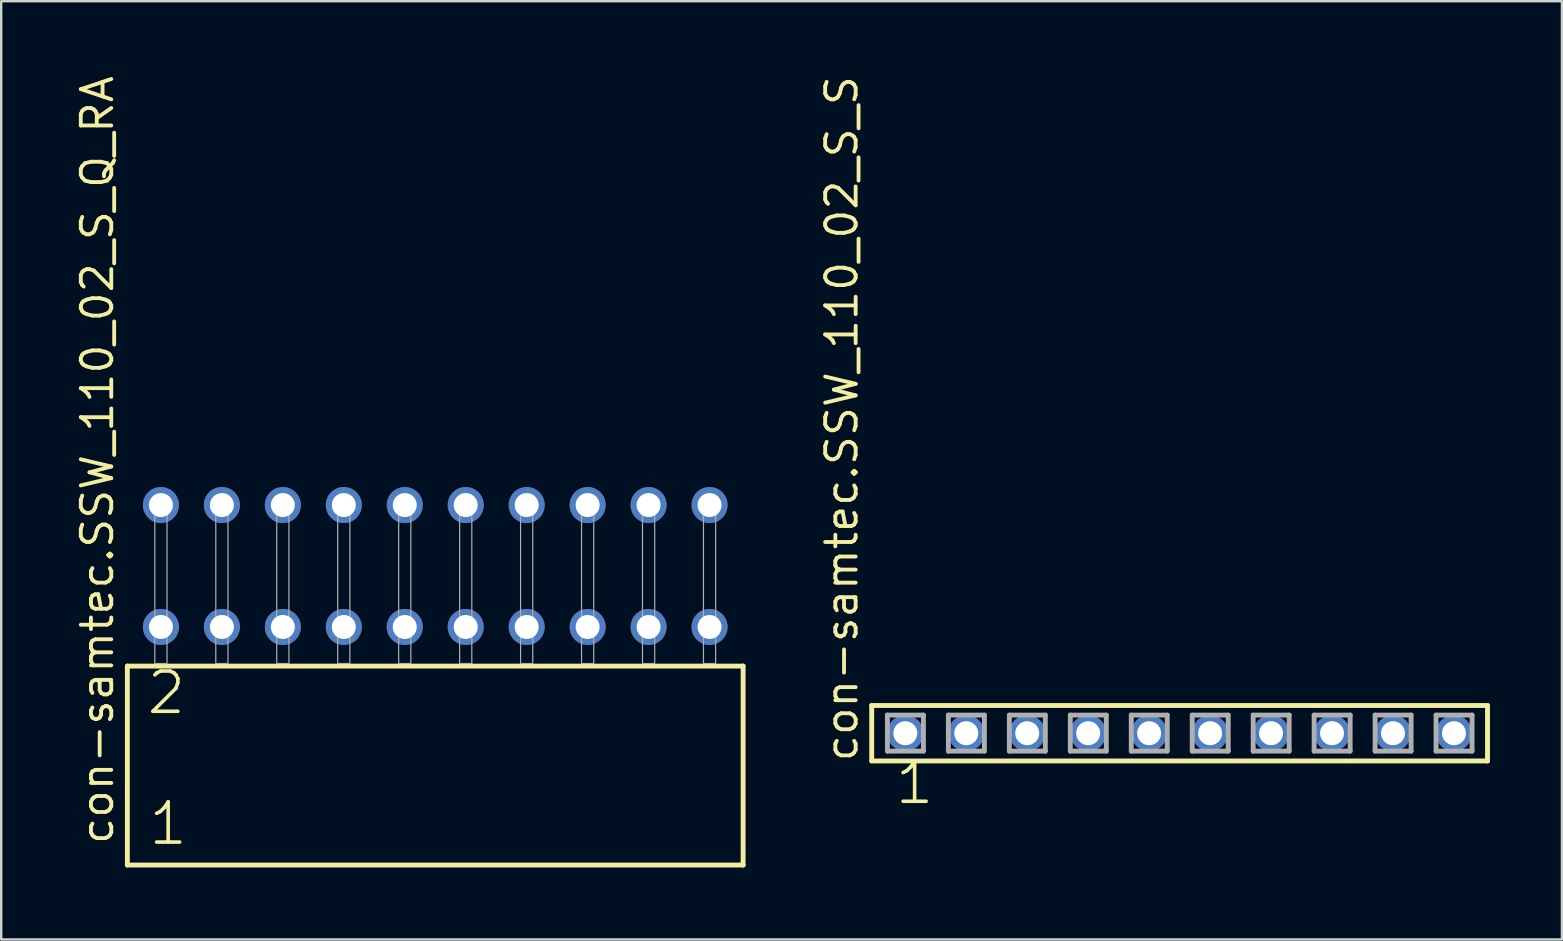
<source format=kicad_pcb>
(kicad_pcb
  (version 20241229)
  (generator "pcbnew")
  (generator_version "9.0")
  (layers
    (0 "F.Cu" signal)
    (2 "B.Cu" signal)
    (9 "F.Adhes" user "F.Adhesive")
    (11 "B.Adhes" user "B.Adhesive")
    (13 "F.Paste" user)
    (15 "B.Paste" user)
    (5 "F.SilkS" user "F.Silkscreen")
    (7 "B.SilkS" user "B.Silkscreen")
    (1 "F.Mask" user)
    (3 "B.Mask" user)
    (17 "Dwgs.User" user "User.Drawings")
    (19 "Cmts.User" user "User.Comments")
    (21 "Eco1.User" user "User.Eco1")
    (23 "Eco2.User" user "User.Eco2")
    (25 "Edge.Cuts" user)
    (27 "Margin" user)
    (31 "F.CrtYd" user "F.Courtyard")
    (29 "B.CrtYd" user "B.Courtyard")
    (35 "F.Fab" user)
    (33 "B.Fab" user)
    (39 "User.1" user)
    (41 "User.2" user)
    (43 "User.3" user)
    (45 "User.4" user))
  (footprint "con-samtec.SSW_110_02_S_Q_RA"
    (layer "F.Cu")
    (at 15.085 24.598)
    (property "Reference" "con-samtec.SSW_110_02_S_Q_RA" (at -13.335 7.62 90) (layer "F.SilkS") (effects (font (size 1.27 1.27) (thickness 0.16)) (justify left bottom)))
    (attr through_hole)
    (fp_line (start -12.829 0.106) (end -12.829 8.396) (stroke (width 0.203) (type default)) (layer "F.SilkS"))
    (fp_line (start -12.829 8.396) (end 12.829 8.396) (stroke (width 0.203) (type default)) (layer "F.SilkS"))
    (fp_line (start 12.829 0.106) (end -12.829 0.106) (stroke (width 0.203) (type default)) (layer "F.SilkS"))
    (fp_line (start 12.829 8.396) (end 12.829 0.106) (stroke (width 0.203) (type default)) (layer "F.SilkS"))
    (fp_rect (start -11.684 0) (end -11.176 -6.858) (stroke (width 0.05) (type default)) (fill no) (layer "F.Fab"))
    (fp_rect (start -9.144 0) (end -8.636 -6.858) (stroke (width 0.05) (type default)) (fill no) (layer "F.Fab"))
    (fp_rect (start -6.604 0) (end -6.096 -6.858) (stroke (width 0.05) (type default)) (fill no) (layer "F.Fab"))
    (fp_rect (start -4.064 0) (end -3.556 -6.858) (stroke (width 0.05) (type default)) (fill no) (layer "F.Fab"))
    (fp_rect (start -1.524 0) (end -1.016 -6.858) (stroke (width 0.05) (type default)) (fill no) (layer "F.Fab"))
    (fp_rect (start 1.016 0) (end 1.524 -6.858) (stroke (width 0.05) (type default)) (fill no) (layer "F.Fab"))
    (fp_rect (start 3.556 0) (end 4.064 -6.858) (stroke (width 0.05) (type default)) (fill no) (layer "F.Fab"))
    (fp_rect (start 6.096 0) (end 6.604 -6.858) (stroke (width 0.05) (type default)) (fill no) (layer "F.Fab"))
    (fp_rect (start 8.636 0) (end 9.144 -6.858) (stroke (width 0.05) (type default)) (fill no) (layer "F.Fab"))
    (fp_rect (start 11.176 0) (end 11.684 -6.858) (stroke (width 0.05) (type default)) (fill no) (layer "F.Fab"))
    (fp_text user "1" (at -12.025 7.65 0) (layer "F.SilkS") (effects (font (size 1.676 1.676) (thickness 0.15)) (justify left bottom)))
    (fp_text user "2" (at -12.1 2.2 0) (layer "F.SilkS") (effects (font (size 1.676 1.676) (thickness 0.15)) (justify left bottom)))
    (pad "1" thru_hole circle (at -11.43 -1.524) (size 1.5 1.5) (drill 1) (layers "*.Cu" "*.Mask"))
    (pad "2" thru_hole circle (at -11.43 -6.604) (size 1.5 1.5) (drill 1) (layers "*.Cu" "*.Mask"))
    (pad "3" thru_hole circle (at -8.89 -1.524) (size 1.5 1.5) (drill 1) (layers "*.Cu" "*.Mask"))
    (pad "4" thru_hole circle (at -8.89 -6.604) (size 1.5 1.5) (drill 1) (layers "*.Cu" "*.Mask"))
    (pad "5" thru_hole circle (at -6.35 -1.524) (size 1.5 1.5) (drill 1) (layers "*.Cu" "*.Mask"))
    (pad "6" thru_hole circle (at -6.35 -6.604) (size 1.5 1.5) (drill 1) (layers "*.Cu" "*.Mask"))
    (pad "7" thru_hole circle (at -3.81 -1.524) (size 1.5 1.5) (drill 1) (layers "*.Cu" "*.Mask"))
    (pad "8" thru_hole circle (at -3.81 -6.604) (size 1.5 1.5) (drill 1) (layers "*.Cu" "*.Mask"))
    (pad "9" thru_hole circle (at -1.27 -1.524) (size 1.5 1.5) (drill 1) (layers "*.Cu" "*.Mask"))
    (pad "10" thru_hole circle (at -1.27 -6.604) (size 1.5 1.5) (drill 1) (layers "*.Cu" "*.Mask"))
    (pad "11" thru_hole circle (at 1.27 -1.524) (size 1.5 1.5) (drill 1) (layers "*.Cu" "*.Mask"))
    (pad "12" thru_hole circle (at 1.27 -6.604) (size 1.5 1.5) (drill 1) (layers "*.Cu" "*.Mask"))
    (pad "13" thru_hole circle (at 3.81 -1.524) (size 1.5 1.5) (drill 1) (layers "*.Cu" "*.Mask"))
    (pad "14" thru_hole circle (at 3.81 -6.604) (size 1.5 1.5) (drill 1) (layers "*.Cu" "*.Mask"))
    (pad "15" thru_hole circle (at 6.35 -1.524) (size 1.5 1.5) (drill 1) (layers "*.Cu" "*.Mask"))
    (pad "16" thru_hole circle (at 6.35 -6.604) (size 1.5 1.5) (drill 1) (layers "*.Cu" "*.Mask"))
    (pad "17" thru_hole circle (at 8.89 -1.524) (size 1.5 1.5) (drill 1) (layers "*.Cu" "*.Mask"))
    (pad "18" thru_hole circle (at 8.89 -6.604) (size 1.5 1.5) (drill 1) (layers "*.Cu" "*.Mask"))
    (pad "19" thru_hole circle (at 11.43 -1.524) (size 1.5 1.5) (drill 1) (layers "*.Cu" "*.Mask"))
    (pad "20" thru_hole circle (at 11.43 -6.604) (size 1.5 1.5) (drill 1) (layers "*.Cu" "*.Mask")))
  (footprint "con-samtec.SSW_110_02_S_S"
    (layer "F.Cu")
    (at 46.101 27.501)
    (property "Reference" "con-samtec.SSW_110_02_S_S" (at -13.335 1.27 90) (layer "F.SilkS") (effects (font (size 1.27 1.27) (thickness 0.16)) (justify left bottom)))
    (attr through_hole)
    (fp_line (start -12.829 -1.155) (end 12.829 -1.155) (stroke (width 0.203) (type default)) (layer "F.SilkS"))
    (fp_line (start -12.829 1.155) (end -12.829 -1.155) (stroke (width 0.203) (type default)) (layer "F.SilkS"))
    (fp_line (start 12.829 -1.155) (end 12.829 1.155) (stroke (width 0.203) (type default)) (layer "F.SilkS"))
    (fp_line (start 12.829 1.155) (end -12.829 1.155) (stroke (width 0.203) (type default)) (layer "F.SilkS"))
    (fp_line (start -12.175 -0.755) (end -10.675 -0.755) (stroke (width 0.203) (type default)) (layer "F.Fab"))
    (fp_line (start -12.175 0.745) (end -12.175 -0.755) (stroke (width 0.203) (type default)) (layer "F.Fab"))
    (fp_line (start -10.675 -0.755) (end -10.675 0.745) (stroke (width 0.203) (type default)) (layer "F.Fab"))
    (fp_line (start -10.675 0.745) (end -12.175 0.745) (stroke (width 0.203) (type default)) (layer "F.Fab"))
    (fp_line (start -9.635 -0.755) (end -8.135 -0.755) (stroke (width 0.203) (type default)) (layer "F.Fab"))
    (fp_line (start -9.635 0.745) (end -9.635 -0.755) (stroke (width 0.203) (type default)) (layer "F.Fab"))
    (fp_line (start -8.135 -0.755) (end -8.135 0.745) (stroke (width 0.203) (type default)) (layer "F.Fab"))
    (fp_line (start -8.135 0.745) (end -9.635 0.745) (stroke (width 0.203) (type default)) (layer "F.Fab"))
    (fp_line (start -7.095 -0.755) (end -5.595 -0.755) (stroke (width 0.203) (type default)) (layer "F.Fab"))
    (fp_line (start -7.095 0.745) (end -7.095 -0.755) (stroke (width 0.203) (type default)) (layer "F.Fab"))
    (fp_line (start -5.595 -0.755) (end -5.595 0.745) (stroke (width 0.203) (type default)) (layer "F.Fab"))
    (fp_line (start -5.595 0.745) (end -7.095 0.745) (stroke (width 0.203) (type default)) (layer "F.Fab"))
    (fp_line (start -4.555 -0.755) (end -3.055 -0.755) (stroke (width 0.203) (type default)) (layer "F.Fab"))
    (fp_line (start -4.555 0.745) (end -4.555 -0.755) (stroke (width 0.203) (type default)) (layer "F.Fab"))
    (fp_line (start -3.055 -0.755) (end -3.055 0.745) (stroke (width 0.203) (type default)) (layer "F.Fab"))
    (fp_line (start -3.055 0.745) (end -4.555 0.745) (stroke (width 0.203) (type default)) (layer "F.Fab"))
    (fp_line (start -2.015 -0.755) (end -0.515 -0.755) (stroke (width 0.203) (type default)) (layer "F.Fab"))
    (fp_line (start -2.015 0.745) (end -2.015 -0.755) (stroke (width 0.203) (type default)) (layer "F.Fab"))
    (fp_line (start -0.515 -0.755) (end -0.515 0.745) (stroke (width 0.203) (type default)) (layer "F.Fab"))
    (fp_line (start -0.515 0.745) (end -2.015 0.745) (stroke (width 0.203) (type default)) (layer "F.Fab"))
    (fp_line (start 0.525 -0.755) (end 2.025 -0.755) (stroke (width 0.203) (type default)) (layer "F.Fab"))
    (fp_line (start 0.525 0.745) (end 0.525 -0.755) (stroke (width 0.203) (type default)) (layer "F.Fab"))
    (fp_line (start 2.025 -0.755) (end 2.025 0.745) (stroke (width 0.203) (type default)) (layer "F.Fab"))
    (fp_line (start 2.025 0.745) (end 0.525 0.745) (stroke (width 0.203) (type default)) (layer "F.Fab"))
    (fp_line (start 3.065 -0.755) (end 4.565 -0.755) (stroke (width 0.203) (type default)) (layer "F.Fab"))
    (fp_line (start 3.065 0.745) (end 3.065 -0.755) (stroke (width 0.203) (type default)) (layer "F.Fab"))
    (fp_line (start 4.565 -0.755) (end 4.565 0.745) (stroke (width 0.203) (type default)) (layer "F.Fab"))
    (fp_line (start 4.565 0.745) (end 3.065 0.745) (stroke (width 0.203) (type default)) (layer "F.Fab"))
    (fp_line (start 5.605 -0.755) (end 7.105 -0.755) (stroke (width 0.203) (type default)) (layer "F.Fab"))
    (fp_line (start 5.605 0.745) (end 5.605 -0.755) (stroke (width 0.203) (type default)) (layer "F.Fab"))
    (fp_line (start 7.105 -0.755) (end 7.105 0.745) (stroke (width 0.203) (type default)) (layer "F.Fab"))
    (fp_line (start 7.105 0.745) (end 5.605 0.745) (stroke (width 0.203) (type default)) (layer "F.Fab"))
    (fp_line (start 8.145 -0.755) (end 9.645 -0.755) (stroke (width 0.203) (type default)) (layer "F.Fab"))
    (fp_line (start 8.145 0.745) (end 8.145 -0.755) (stroke (width 0.203) (type default)) (layer "F.Fab"))
    (fp_line (start 9.645 -0.755) (end 9.645 0.745) (stroke (width 0.203) (type default)) (layer "F.Fab"))
    (fp_line (start 9.645 0.745) (end 8.145 0.745) (stroke (width 0.203) (type default)) (layer "F.Fab"))
    (fp_line (start 10.685 -0.755) (end 12.185 -0.755) (stroke (width 0.203) (type default)) (layer "F.Fab"))
    (fp_line (start 10.685 0.745) (end 10.685 -0.755) (stroke (width 0.203) (type default)) (layer "F.Fab"))
    (fp_line (start 12.185 -0.755) (end 12.185 0.745) (stroke (width 0.203) (type default)) (layer "F.Fab"))
    (fp_line (start 12.185 0.745) (end 10.685 0.745) (stroke (width 0.203) (type default)) (layer "F.Fab"))
    (fp_text user "1" (at -11.938 3.048 0) (layer "F.SilkS") (effects (font (size 1.676 1.676) (thickness 0.15)) (justify left bottom)))
    (pad "1" thru_hole circle (at -11.43 0) (size 1.5 1.5) (drill 1) (layers "*.Cu" "*.Mask"))
    (pad "2" thru_hole circle (at -8.89 0) (size 1.5 1.5) (drill 1) (layers "*.Cu" "*.Mask"))
    (pad "3" thru_hole circle (at -6.35 0) (size 1.5 1.5) (drill 1) (layers "*.Cu" "*.Mask"))
    (pad "4" thru_hole circle (at -3.81 0) (size 1.5 1.5) (drill 1) (layers "*.Cu" "*.Mask"))
    (pad "5" thru_hole circle (at -1.27 0) (size 1.5 1.5) (drill 1) (layers "*.Cu" "*.Mask"))
    (pad "6" thru_hole circle (at 1.27 0) (size 1.5 1.5) (drill 1) (layers "*.Cu" "*.Mask"))
    (pad "7" thru_hole circle (at 3.81 0) (size 1.5 1.5) (drill 1) (layers "*.Cu" "*.Mask"))
    (pad "8" thru_hole circle (at 6.35 0) (size 1.5 1.5) (drill 1) (layers "*.Cu" "*.Mask"))
    (pad "9" thru_hole circle (at 8.89 0) (size 1.5 1.5) (drill 1) (layers "*.Cu" "*.Mask"))
    (pad "10" thru_hole circle (at 11.43 0) (size 1.5 1.5) (drill 1) (layers "*.Cu" "*.Mask")))
  (gr_rect
    (start -3 -3)
    (end 62.031 36.096)
    (stroke (width 0.1) (type default))
    (fill no)
    (layer "Edge.Cuts")))
</source>
